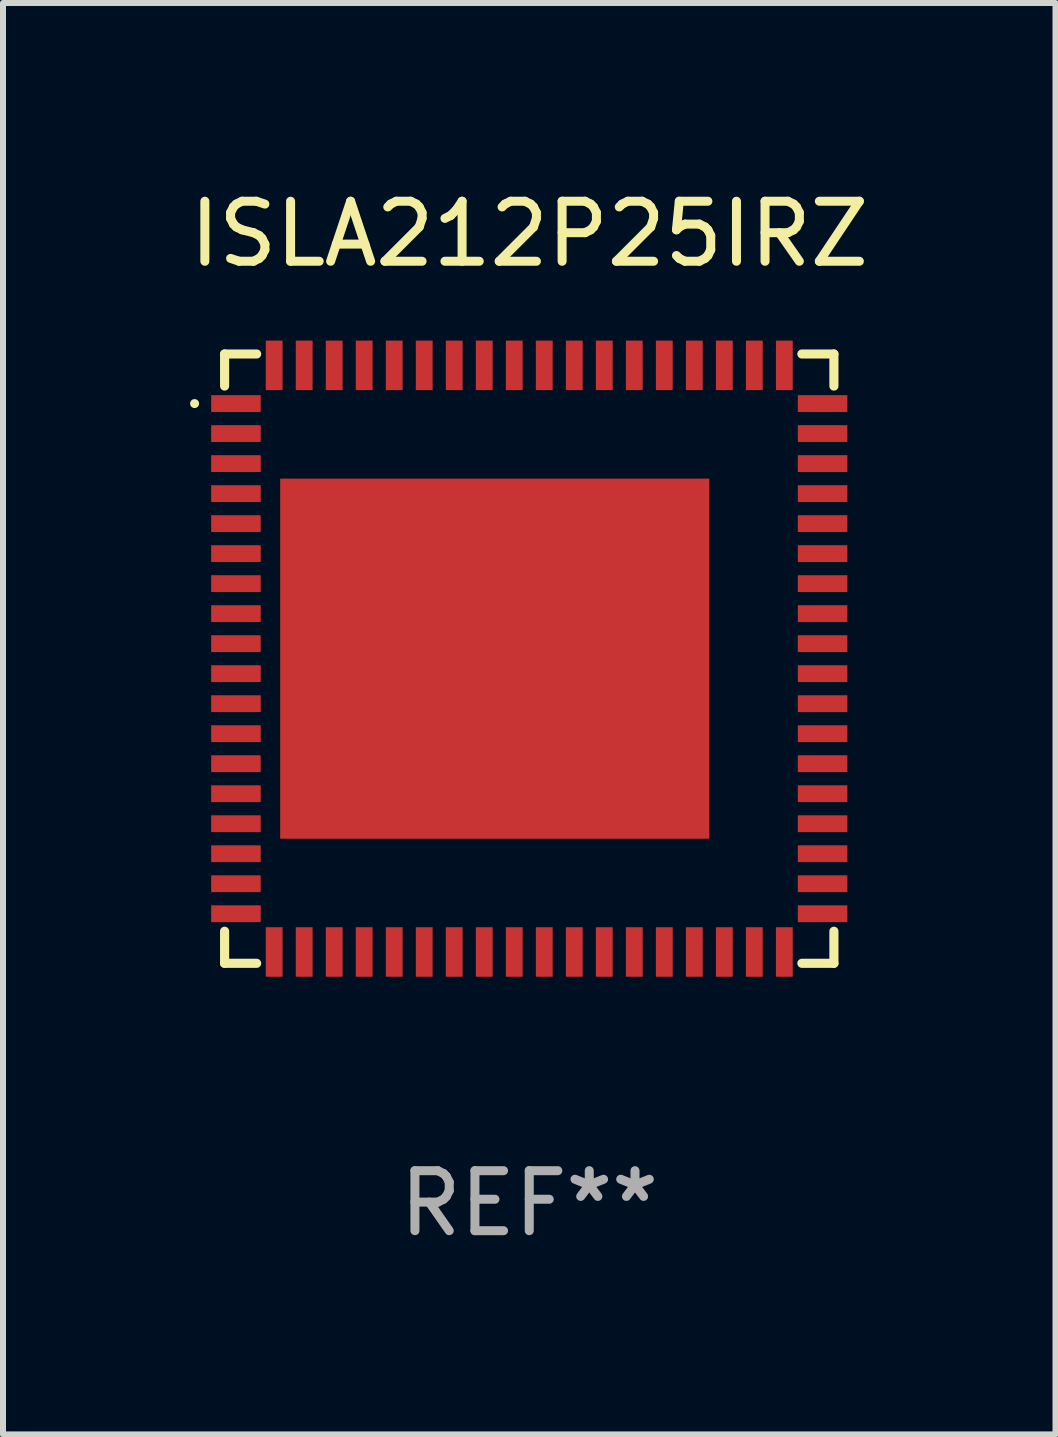
<source format=kicad_pcb>
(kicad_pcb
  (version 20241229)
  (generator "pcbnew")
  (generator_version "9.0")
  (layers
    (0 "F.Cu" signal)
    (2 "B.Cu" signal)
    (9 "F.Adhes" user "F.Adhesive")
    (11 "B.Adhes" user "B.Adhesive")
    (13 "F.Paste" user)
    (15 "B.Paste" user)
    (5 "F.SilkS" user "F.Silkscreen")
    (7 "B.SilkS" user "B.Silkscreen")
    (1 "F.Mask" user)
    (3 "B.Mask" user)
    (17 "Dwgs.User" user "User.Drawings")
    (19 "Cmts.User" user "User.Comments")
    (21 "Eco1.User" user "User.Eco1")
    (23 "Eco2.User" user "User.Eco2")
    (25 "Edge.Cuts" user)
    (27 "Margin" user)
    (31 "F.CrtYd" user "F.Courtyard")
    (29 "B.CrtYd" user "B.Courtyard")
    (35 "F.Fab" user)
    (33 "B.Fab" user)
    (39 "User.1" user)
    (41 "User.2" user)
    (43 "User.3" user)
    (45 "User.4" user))
  (footprint "ISLA212P25IRZ"
    (layer "F.Cu")
    (at 5.768 7.924)
    (property "Reference" "ISLA212P25IRZ" (at 0 -7.076 0) (layer "F.SilkS") (effects (font (size 1 1) (thickness 0.15))))
    (attr through_hole)
    (fp_line (start -5.076 -5.076) (end -4.542 -5.076) (stroke (width 0.152) (type solid)) (layer "F.SilkS"))
    (fp_line (start -5.076 -4.542) (end -5.076 -5.076) (stroke (width 0.152) (type solid)) (layer "F.SilkS"))
    (fp_line (start -5.076 4.542) (end -5.076 5.076) (stroke (width 0.152) (type solid)) (layer "F.SilkS"))
    (fp_line (start -5.076 5.076) (end -4.542 5.076) (stroke (width 0.152) (type solid)) (layer "F.SilkS"))
    (fp_line (start 5.076 -5.076) (end 4.542 -5.076) (stroke (width 0.152) (type solid)) (layer "F.SilkS"))
    (fp_line (start 5.076 -4.542) (end 5.076 -5.076) (stroke (width 0.152) (type solid)) (layer "F.SilkS"))
    (fp_line (start 5.076 4.542) (end 5.076 5.076) (stroke (width 0.152) (type solid)) (layer "F.SilkS"))
    (fp_line (start 5.076 5.076) (end 4.542 5.076) (stroke (width 0.152) (type solid)) (layer "F.SilkS"))
    (fp_circle (center -5.576 -4.25) (end -5.538 -4.25) (stroke (width 0.075) (type solid)) (fill no) (layer "F.SilkS"))
    (fp_text user "REF**" (at 0 9.076 0) (layer "F.Fab") (effects (font (size 1 1) (thickness 0.15))))
    (pad "1" smd rect (at -4.887 -4.25) (size 0.825 0.28) (layers "F.Cu" "F.Mask" "F.Paste"))
    (pad "2" smd rect (at -4.887 -3.75) (size 0.825 0.28) (layers "F.Cu" "F.Mask" "F.Paste"))
    (pad "3" smd rect (at -4.887 -3.25) (size 0.825 0.28) (layers "F.Cu" "F.Mask" "F.Paste"))
    (pad "4" smd rect (at -4.887 -2.75) (size 0.825 0.28) (layers "F.Cu" "F.Mask" "F.Paste"))
    (pad "5" smd rect (at -4.887 -2.25) (size 0.825 0.28) (layers "F.Cu" "F.Mask" "F.Paste"))
    (pad "6" smd rect (at -4.887 -1.75) (size 0.825 0.28) (layers "F.Cu" "F.Mask" "F.Paste"))
    (pad "7" smd rect (at -4.887 -1.25) (size 0.825 0.28) (layers "F.Cu" "F.Mask" "F.Paste"))
    (pad "8" smd rect (at -4.887 -0.75) (size 0.825 0.28) (layers "F.Cu" "F.Mask" "F.Paste"))
    (pad "9" smd rect (at -4.887 -0.25) (size 0.825 0.28) (layers "F.Cu" "F.Mask" "F.Paste"))
    (pad "10" smd rect (at -4.887 0.25) (size 0.825 0.28) (layers "F.Cu" "F.Mask" "F.Paste"))
    (pad "11" smd rect (at -4.887 0.75) (size 0.825 0.28) (layers "F.Cu" "F.Mask" "F.Paste"))
    (pad "12" smd rect (at -4.887 1.25) (size 0.825 0.28) (layers "F.Cu" "F.Mask" "F.Paste"))
    (pad "13" smd rect (at -4.887 1.75) (size 0.825 0.28) (layers "F.Cu" "F.Mask" "F.Paste"))
    (pad "14" smd rect (at -4.887 2.25) (size 0.825 0.28) (layers "F.Cu" "F.Mask" "F.Paste"))
    (pad "15" smd rect (at -4.887 2.75) (size 0.825 0.28) (layers "F.Cu" "F.Mask" "F.Paste"))
    (pad "16" smd rect (at -4.887 3.25) (size 0.825 0.28) (layers "F.Cu" "F.Mask" "F.Paste"))
    (pad "17" smd rect (at -4.887 3.75) (size 0.825 0.28) (layers "F.Cu" "F.Mask" "F.Paste"))
    (pad "18" smd rect (at -4.887 4.25) (size 0.825 0.28) (layers "F.Cu" "F.Mask" "F.Paste"))
    (pad "19" smd rect (at -4.25 4.887) (size 0.28 0.825) (layers "F.Cu" "F.Mask" "F.Paste"))
    (pad "20" smd rect (at -3.75 4.887) (size 0.28 0.825) (layers "F.Cu" "F.Mask" "F.Paste"))
    (pad "21" smd rect (at -3.25 4.887) (size 0.28 0.825) (layers "F.Cu" "F.Mask" "F.Paste"))
    (pad "22" smd rect (at -2.75 4.887) (size 0.28 0.825) (layers "F.Cu" "F.Mask" "F.Paste"))
    (pad "23" smd rect (at -2.25 4.887) (size 0.28 0.825) (layers "F.Cu" "F.Mask" "F.Paste"))
    (pad "24" smd rect (at -1.75 4.887) (size 0.28 0.825) (layers "F.Cu" "F.Mask" "F.Paste"))
    (pad "25" smd rect (at -1.25 4.887) (size 0.28 0.825) (layers "F.Cu" "F.Mask" "F.Paste"))
    (pad "26" smd rect (at -0.75 4.887) (size 0.28 0.825) (layers "F.Cu" "F.Mask" "F.Paste"))
    (pad "27" smd rect (at -0.25 4.887) (size 0.28 0.825) (layers "F.Cu" "F.Mask" "F.Paste"))
    (pad "28" smd rect (at 0.25 4.887) (size 0.28 0.825) (layers "F.Cu" "F.Mask" "F.Paste"))
    (pad "29" smd rect (at 0.75 4.887) (size 0.28 0.825) (layers "F.Cu" "F.Mask" "F.Paste"))
    (pad "30" smd rect (at 1.25 4.887) (size 0.28 0.825) (layers "F.Cu" "F.Mask" "F.Paste"))
    (pad "31" smd rect (at 1.75 4.887) (size 0.28 0.825) (layers "F.Cu" "F.Mask" "F.Paste"))
    (pad "32" smd rect (at 2.25 4.887) (size 0.28 0.825) (layers "F.Cu" "F.Mask" "F.Paste"))
    (pad "33" smd rect (at 2.75 4.887) (size 0.28 0.825) (layers "F.Cu" "F.Mask" "F.Paste"))
    (pad "34" smd rect (at 3.25 4.887) (size 0.28 0.825) (layers "F.Cu" "F.Mask" "F.Paste"))
    (pad "35" smd rect (at 3.75 4.887) (size 0.28 0.825) (layers "F.Cu" "F.Mask" "F.Paste"))
    (pad "36" smd rect (at 4.25 4.887) (size 0.28 0.825) (layers "F.Cu" "F.Mask" "F.Paste"))
    (pad "37" smd rect (at 4.887 4.25) (size 0.825 0.28) (layers "F.Cu" "F.Mask" "F.Paste"))
    (pad "38" smd rect (at 4.887 3.75) (size 0.825 0.28) (layers "F.Cu" "F.Mask" "F.Paste"))
    (pad "39" smd rect (at 4.887 3.25) (size 0.825 0.28) (layers "F.Cu" "F.Mask" "F.Paste"))
    (pad "40" smd rect (at 4.887 2.75) (size 0.825 0.28) (layers "F.Cu" "F.Mask" "F.Paste"))
    (pad "41" smd rect (at 4.887 2.25) (size 0.825 0.28) (layers "F.Cu" "F.Mask" "F.Paste"))
    (pad "42" smd rect (at 4.887 1.75) (size 0.825 0.28) (layers "F.Cu" "F.Mask" "F.Paste"))
    (pad "43" smd rect (at 4.887 1.25) (size 0.825 0.28) (layers "F.Cu" "F.Mask" "F.Paste"))
    (pad "44" smd rect (at 4.887 0.75) (size 0.825 0.28) (layers "F.Cu" "F.Mask" "F.Paste"))
    (pad "45" smd rect (at 4.887 0.25) (size 0.825 0.28) (layers "F.Cu" "F.Mask" "F.Paste"))
    (pad "46" smd rect (at 4.887 -0.25) (size 0.825 0.28) (layers "F.Cu" "F.Mask" "F.Paste"))
    (pad "47" smd rect (at 4.887 -0.75) (size 0.825 0.28) (layers "F.Cu" "F.Mask" "F.Paste"))
    (pad "48" smd rect (at 4.887 -1.25) (size 0.825 0.28) (layers "F.Cu" "F.Mask" "F.Paste"))
    (pad "49" smd rect (at 4.887 -1.75) (size 0.825 0.28) (layers "F.Cu" "F.Mask" "F.Paste"))
    (pad "50" smd rect (at 4.887 -2.25) (size 0.825 0.28) (layers "F.Cu" "F.Mask" "F.Paste"))
    (pad "51" smd rect (at 4.887 -2.75) (size 0.825 0.28) (layers "F.Cu" "F.Mask" "F.Paste"))
    (pad "52" smd rect (at 4.887 -3.25) (size 0.825 0.28) (layers "F.Cu" "F.Mask" "F.Paste"))
    (pad "53" smd rect (at 4.887 -3.75) (size 0.825 0.28) (layers "F.Cu" "F.Mask" "F.Paste"))
    (pad "54" smd rect (at 4.887 -4.25) (size 0.825 0.28) (layers "F.Cu" "F.Mask" "F.Paste"))
    (pad "55" smd rect (at 4.25 -4.887) (size 0.28 0.825) (layers "F.Cu" "F.Mask" "F.Paste"))
    (pad "56" smd rect (at 3.75 -4.887) (size 0.28 0.825) (layers "F.Cu" "F.Mask" "F.Paste"))
    (pad "57" smd rect (at 3.25 -4.887) (size 0.28 0.825) (layers "F.Cu" "F.Mask" "F.Paste"))
    (pad "58" smd rect (at 2.75 -4.887) (size 0.28 0.825) (layers "F.Cu" "F.Mask" "F.Paste"))
    (pad "59" smd rect (at 2.25 -4.887) (size 0.28 0.825) (layers "F.Cu" "F.Mask" "F.Paste"))
    (pad "60" smd rect (at 1.75 -4.887) (size 0.28 0.825) (layers "F.Cu" "F.Mask" "F.Paste"))
    (pad "61" smd rect (at 1.25 -4.887) (size 0.28 0.825) (layers "F.Cu" "F.Mask" "F.Paste"))
    (pad "62" smd rect (at 0.75 -4.887) (size 0.28 0.825) (layers "F.Cu" "F.Mask" "F.Paste"))
    (pad "63" smd rect (at 0.25 -4.887) (size 0.28 0.825) (layers "F.Cu" "F.Mask" "F.Paste"))
    (pad "64" smd rect (at -0.25 -4.887) (size 0.28 0.825) (layers "F.Cu" "F.Mask" "F.Paste"))
    (pad "65" smd rect (at -0.75 -4.887) (size 0.28 0.825) (layers "F.Cu" "F.Mask" "F.Paste"))
    (pad "66" smd rect (at -1.25 -4.887) (size 0.28 0.825) (layers "F.Cu" "F.Mask" "F.Paste"))
    (pad "67" smd rect (at -1.75 -4.887) (size 0.28 0.825) (layers "F.Cu" "F.Mask" "F.Paste"))
    (pad "68" smd rect (at -2.25 -4.887) (size 0.28 0.825) (layers "F.Cu" "F.Mask" "F.Paste"))
    (pad "69" smd rect (at -2.75 -4.887) (size 0.28 0.825) (layers "F.Cu" "F.Mask" "F.Paste"))
    (pad "70" smd rect (at -3.25 -4.887) (size 0.28 0.825) (layers "F.Cu" "F.Mask" "F.Paste"))
    (pad "71" smd rect (at -3.75 -4.887) (size 0.28 0.825) (layers "F.Cu" "F.Mask" "F.Paste"))
    (pad "72" smd rect (at -4.25 -4.887) (size 0.28 0.825) (layers "F.Cu" "F.Mask" "F.Paste"))
    (pad "73" smd rect (at -0.575 0) (size 7.15 6) (layers "F.Cu" "F.Mask" "F.Paste")))
  (gr_rect
    (start -3 -3)
    (end 14.536 20.849)
    (stroke (width 0.1) (type default))
    (fill no)
    (layer "Edge.Cuts")))
</source>
